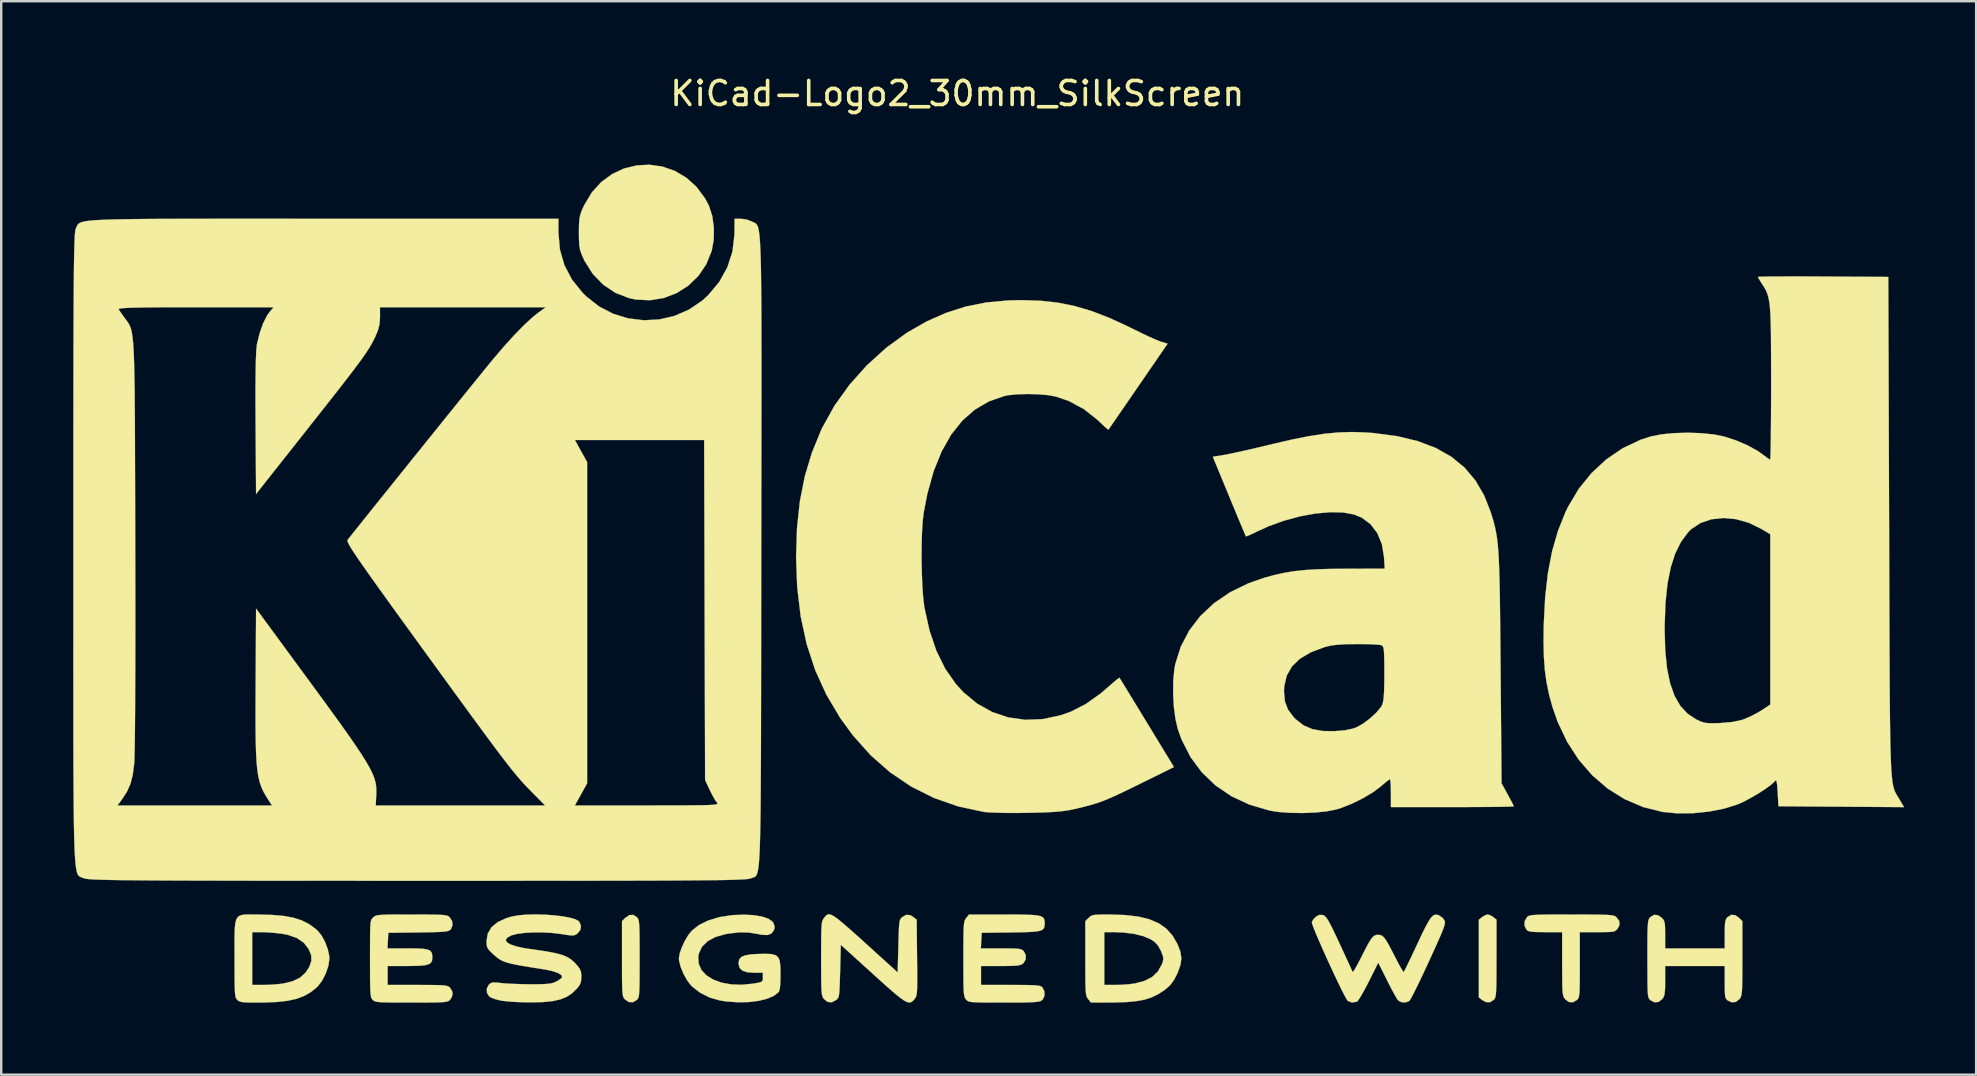
<source format=kicad_pcb>
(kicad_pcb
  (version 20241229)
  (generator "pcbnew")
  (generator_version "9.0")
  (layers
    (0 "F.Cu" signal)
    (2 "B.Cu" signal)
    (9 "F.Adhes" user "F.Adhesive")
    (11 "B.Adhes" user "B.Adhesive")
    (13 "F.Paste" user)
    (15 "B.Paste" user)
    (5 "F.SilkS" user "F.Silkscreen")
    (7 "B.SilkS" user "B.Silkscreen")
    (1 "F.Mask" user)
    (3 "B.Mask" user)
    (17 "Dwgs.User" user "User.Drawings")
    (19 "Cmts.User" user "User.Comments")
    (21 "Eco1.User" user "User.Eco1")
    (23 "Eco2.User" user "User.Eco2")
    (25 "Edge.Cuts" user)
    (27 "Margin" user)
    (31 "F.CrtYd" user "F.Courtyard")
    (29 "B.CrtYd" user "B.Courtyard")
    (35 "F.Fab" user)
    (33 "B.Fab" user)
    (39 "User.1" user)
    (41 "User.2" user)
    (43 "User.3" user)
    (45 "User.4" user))
  (footprint "KiCad-Logo2_30mm_SilkScreen"
    (layer "F.Cu")
    (at 38.106 18.628)
    (property "Reference" "KiCad-Logo2_30mm_SilkScreen" (at -1.27 -17.78 0) (layer "F.SilkS") (effects (font (size 1 1) (thickness 0.15))))
    (attr exclude_from_pos_files exclude_from_bom allow_missing_courtyard)
    (fp_poly (pts (xy 20.943 16.459) (xy 21.062 16.533) (xy 21.195 16.641) (xy 21.195 18.249) (xy 21.194 18.719) (xy 21.193 19.09) (xy 21.189 19.374) (xy 21.182 19.584) (xy 21.171 19.734) (xy 21.155 19.836) (xy 21.134 19.905) (xy 21.107 19.952) (xy 21.087 19.975) (xy 20.93 20.078) (xy 20.751 20.074) (xy 20.594 19.986) (xy 20.461 19.878) (xy 20.461 16.641) (xy 20.594 16.533) (xy 20.723 16.455) (xy 20.828 16.425) (xy 20.943 16.459)) (stroke (width 0.01) (type solid)) (fill yes) (layer "F.SilkS"))
    (fp_poly (pts (xy -14.619 16.538) (xy -14.586 16.576) (xy -14.56 16.625) (xy -14.541 16.698) (xy -14.527 16.808) (xy -14.517 16.968) (xy -14.511 17.192) (xy -14.508 17.492) (xy -14.506 17.881) (xy -14.506 18.26) (xy -14.507 18.729) (xy -14.508 19.098) (xy -14.512 19.381) (xy -14.519 19.59) (xy -14.529 19.739) (xy -14.544 19.84) (xy -14.565 19.907) (xy -14.593 19.952) (xy -14.619 19.981) (xy -14.784 20.08) (xy -14.96 20.071) (xy -15.117 19.964) (xy -15.153 19.922) (xy -15.182 19.873) (xy -15.203 19.804) (xy -15.218 19.702) (xy -15.229 19.553) (xy -15.235 19.343) (xy -15.239 19.059) (xy -15.24 18.688) (xy -15.24 18.268) (xy -15.24 16.702) (xy -15.101 16.564) (xy -14.931 16.447) (xy -14.765 16.443) (xy -14.619 16.538)) (stroke (width 0.01) (type solid)) (fill yes) (layer "F.SilkS"))
    (fp_poly (pts (xy -13.557 -14.738) (xy -13.044 -14.56) (xy -12.567 -14.28) (xy -12.141 -13.898) (xy -11.781 -13.415) (xy -11.619 -13.11) (xy -11.48 -12.683) (xy -11.412 -12.191) (xy -11.419 -11.684) (xy -11.503 -11.226) (xy -11.73 -10.665) (xy -12.061 -10.179) (xy -12.477 -9.777) (xy -12.961 -9.468) (xy -13.499 -9.262) (xy -14.071 -9.168) (xy -14.662 -9.197) (xy -14.953 -9.259) (xy -15.521 -9.48) (xy -16.025 -9.817) (xy -16.454 -10.26) (xy -16.795 -10.798) (xy -16.823 -10.856) (xy -16.923 -11.077) (xy -16.986 -11.263) (xy -17.02 -11.459) (xy -17.033 -11.71) (xy -17.036 -11.983) (xy -17.032 -12.311) (xy -17.015 -12.549) (xy -16.976 -12.741) (xy -16.906 -12.933) (xy -16.82 -13.122) (xy -16.498 -13.66) (xy -16.103 -14.095) (xy -15.648 -14.428) (xy -15.151 -14.659) (xy -14.626 -14.787) (xy -14.09 -14.814) (xy -13.557 -14.738)) (stroke (width 0.01) (type solid)) (fill yes) (layer "F.SilkS"))
    (fp_poly (pts (xy 24.815 16.426) (xy 25.209 16.428) (xy 25.514 16.432) (xy 25.744 16.438) (xy 25.911 16.448) (xy 26.026 16.463) (xy 26.103 16.481) (xy 26.154 16.506) (xy 26.179 16.524) (xy 26.307 16.687) (xy 26.323 16.856) (xy 26.244 17.009) (xy 26.192 17.07) (xy 26.136 17.112) (xy 26.055 17.138) (xy 25.928 17.152) (xy 25.734 17.158) (xy 25.451 17.159) (xy 25.396 17.159) (xy 24.666 17.159) (xy 24.666 18.514) (xy 24.666 18.941) (xy 24.664 19.269) (xy 24.659 19.514) (xy 24.65 19.689) (xy 24.636 19.809) (xy 24.616 19.888) (xy 24.588 19.941) (xy 24.553 19.981) (xy 24.389 20.081) (xy 24.217 20.073) (xy 24.061 19.96) (xy 24.049 19.945) (xy 24.012 19.892) (xy 23.984 19.83) (xy 23.963 19.744) (xy 23.949 19.619) (xy 23.94 19.439) (xy 23.935 19.19) (xy 23.933 18.857) (xy 23.932 18.478) (xy 23.932 17.159) (xy 23.236 17.159) (xy 22.937 17.157) (xy 22.73 17.149) (xy 22.594 17.133) (xy 22.508 17.105) (xy 22.452 17.063) (xy 22.445 17.056) (xy 22.364 16.89) (xy 22.371 16.702) (xy 22.465 16.538) (xy 22.501 16.506) (xy 22.548 16.481) (xy 22.618 16.462) (xy 22.723 16.448) (xy 22.877 16.438) (xy 23.091 16.431) (xy 23.378 16.427) (xy 23.751 16.426) (xy 24.221 16.425) (xy 24.321 16.425) (xy 24.815 16.426)) (stroke (width 0.01) (type solid)) (fill yes) (layer "F.SilkS"))
    (fp_poly (pts (xy 31.144 16.453) (xy 31.301 16.564) (xy 31.44 16.702) (xy 31.44 18.25) (xy 31.439 18.709) (xy 31.437 19.069) (xy 31.433 19.344) (xy 31.426 19.547) (xy 31.415 19.692) (xy 31.398 19.792) (xy 31.376 19.862) (xy 31.346 19.914) (xy 31.323 19.945) (xy 31.169 20.068) (xy 30.992 20.082) (xy 30.831 20.006) (xy 30.778 19.962) (xy 30.742 19.903) (xy 30.721 19.808) (xy 30.71 19.655) (xy 30.706 19.423) (xy 30.706 19.244) (xy 30.706 18.57) (xy 28.222 18.57) (xy 28.222 19.183) (xy 28.22 19.464) (xy 28.209 19.657) (xy 28.188 19.787) (xy 28.15 19.879) (xy 28.105 19.945) (xy 27.951 20.068) (xy 27.776 20.083) (xy 27.609 19.995) (xy 27.563 19.95) (xy 27.531 19.889) (xy 27.509 19.795) (xy 27.497 19.648) (xy 27.49 19.43) (xy 27.487 19.121) (xy 27.487 19.05) (xy 27.484 18.468) (xy 27.483 17.989) (xy 27.484 17.601) (xy 27.486 17.294) (xy 27.491 17.058) (xy 27.5 16.883) (xy 27.511 16.756) (xy 27.527 16.669) (xy 27.548 16.61) (xy 27.573 16.569) (xy 27.601 16.538) (xy 27.761 16.439) (xy 27.927 16.453) (xy 28.084 16.564) (xy 28.147 16.636) (xy 28.188 16.715) (xy 28.21 16.828) (xy 28.22 17) (xy 28.222 17.259) (xy 28.222 17.269) (xy 28.222 17.836) (xy 30.706 17.836) (xy 30.706 17.244) (xy 30.708 16.971) (xy 30.718 16.786) (xy 30.74 16.667) (xy 30.777 16.587) (xy 30.819 16.538) (xy 30.978 16.439) (xy 31.144 16.453)) (stroke (width 0.01) (type solid)) (fill yes) (layer "F.SilkS"))
    (fp_poly (pts (xy 5.092 16.426) (xy 5.736 16.448) (xy 6.285 16.514) (xy 6.746 16.629) (xy 7.129 16.795) (xy 7.443 17.018) (xy 7.696 17.301) (xy 7.898 17.648) (xy 7.902 17.657) (xy 8.023 17.967) (xy 8.066 18.243) (xy 8.031 18.519) (xy 7.918 18.835) (xy 7.897 18.883) (xy 7.751 19.165) (xy 7.587 19.382) (xy 7.375 19.567) (xy 7.086 19.751) (xy 7.069 19.76) (xy 6.818 19.881) (xy 6.533 19.971) (xy 6.198 20.034) (xy 5.793 20.073) (xy 5.3 20.09) (xy 5.126 20.091) (xy 4.298 20.094) (xy 4.181 19.945) (xy 4.146 19.897) (xy 4.119 19.839) (xy 4.099 19.76) (xy 4.084 19.646) (xy 4.074 19.482) (xy 4.071 19.36) (xy 4.854 19.36) (xy 5.324 19.36) (xy 5.598 19.352) (xy 5.88 19.331) (xy 6.112 19.301) (xy 6.126 19.299) (xy 6.537 19.189) (xy 6.856 19.023) (xy 7.092 18.794) (xy 7.257 18.495) (xy 7.286 18.415) (xy 7.314 18.292) (xy 7.301 18.17) (xy 7.242 18.007) (xy 7.207 17.927) (xy 7.09 17.715) (xy 6.949 17.566) (xy 6.795 17.463) (xy 6.485 17.328) (xy 6.088 17.23) (xy 5.626 17.174) (xy 5.292 17.161) (xy 4.854 17.159) (xy 4.854 19.36) (xy 4.071 19.36) (xy 4.068 19.255) (xy 4.065 18.952) (xy 4.064 18.558) (xy 4.064 18.25) (xy 4.064 16.702) (xy 4.203 16.564) (xy 4.264 16.508) (xy 4.331 16.469) (xy 4.423 16.445) (xy 4.564 16.432) (xy 4.774 16.427) (xy 5.074 16.426) (xy 5.092 16.426)) (stroke (width 0.01) (type solid)) (fill yes) (layer "F.SilkS"))
    (fp_poly (pts (xy -30.607 16.425) (xy -30.409 16.427) (xy -29.831 16.441) (xy -29.347 16.483) (xy -28.94 16.556) (xy -28.594 16.666) (xy -28.292 16.817) (xy -28.019 17.013) (xy -27.921 17.098) (xy -27.759 17.297) (xy -27.613 17.567) (xy -27.5 17.867) (xy -27.438 18.154) (xy -27.432 18.26) (xy -27.472 18.554) (xy -27.579 18.875) (xy -27.735 19.179) (xy -27.919 19.422) (xy -27.949 19.451) (xy -28.203 19.657) (xy -28.481 19.817) (xy -28.798 19.937) (xy -29.172 20.02) (xy -29.619 20.07) (xy -30.153 20.092) (xy -30.398 20.094) (xy -30.709 20.093) (xy -30.928 20.086) (xy -31.075 20.073) (xy -31.17 20.049) (xy -31.235 20.013) (xy -31.27 19.981) (xy -31.303 19.943) (xy -31.329 19.895) (xy -31.349 19.822) (xy -31.363 19.712) (xy -31.372 19.551) (xy -31.378 19.328) (xy -31.382 19.028) (xy -31.383 18.638) (xy -31.383 18.26) (xy -31.384 17.755) (xy -31.384 17.352) (xy -31.379 17.159) (xy -30.649 17.159) (xy -30.649 19.36) (xy -30.184 19.36) (xy -29.903 19.352) (xy -29.61 19.331) (xy -29.365 19.302) (xy -29.358 19.301) (xy -28.962 19.205) (xy -28.655 19.056) (xy -28.422 18.844) (xy -28.273 18.615) (xy -28.182 18.36) (xy -28.189 18.121) (xy -28.295 17.865) (xy -28.502 17.599) (xy -28.79 17.403) (xy -29.164 17.272) (xy -29.414 17.225) (xy -29.697 17.193) (xy -29.998 17.169) (xy -30.253 17.159) (xy -30.268 17.159) (xy -30.649 17.159) (xy -31.379 17.159) (xy -31.376 17.039) (xy -31.355 16.805) (xy -31.314 16.639) (xy -31.248 16.529) (xy -31.15 16.464) (xy -31.014 16.432) (xy -30.835 16.423) (xy -30.607 16.425)) (stroke (width 0.01) (type solid)) (fill yes) (layer "F.SilkS"))
    (fp_poly (pts (xy -6.501 16.447) (xy -6.383 16.516) (xy -6.229 16.629) (xy -6.03 16.792) (xy -5.78 17.009) (xy -5.469 17.285) (xy -5.09 17.627) (xy -4.657 18.02) (xy -3.754 18.839) (xy -3.725 17.74) (xy -3.715 17.362) (xy -3.705 17.08) (xy -3.694 16.879) (xy -3.678 16.741) (xy -3.656 16.652) (xy -3.626 16.594) (xy -3.585 16.551) (xy -3.564 16.533) (xy -3.391 16.438) (xy -3.227 16.452) (xy -3.097 16.533) (xy -2.963 16.641) (xy -2.947 18.216) (xy -2.942 18.679) (xy -2.94 19.043) (xy -2.941 19.321) (xy -2.945 19.527) (xy -2.954 19.674) (xy -2.969 19.776) (xy -2.99 19.847) (xy -3.018 19.9) (xy -3.05 19.942) (xy -3.117 20.021) (xy -3.184 20.073) (xy -3.261 20.093) (xy -3.355 20.075) (xy -3.477 20.014) (xy -3.636 19.904) (xy -3.842 19.74) (xy -4.103 19.515) (xy -4.429 19.224) (xy -4.798 18.89) (xy -6.124 17.687) (xy -6.152 18.783) (xy -6.163 19.161) (xy -6.173 19.442) (xy -6.184 19.643) (xy -6.2 19.779) (xy -6.222 19.869) (xy -6.252 19.926) (xy -6.293 19.969) (xy -6.314 19.986) (xy -6.499 20.082) (xy -6.674 20.067) (xy -6.826 19.945) (xy -6.86 19.896) (xy -6.888 19.839) (xy -6.908 19.76) (xy -6.923 19.645) (xy -6.932 19.48) (xy -6.938 19.253) (xy -6.941 18.948) (xy -6.943 18.552) (xy -6.943 18.26) (xy -6.942 17.802) (xy -6.941 17.443) (xy -6.937 17.17) (xy -6.929 16.969) (xy -6.918 16.825) (xy -6.901 16.725) (xy -6.878 16.656) (xy -6.848 16.604) (xy -6.826 16.574) (xy -6.769 16.503) (xy -6.717 16.45) (xy -6.659 16.419) (xy -6.59 16.417) (xy -6.501 16.447)) (stroke (width 0.01) (type solid)) (fill yes) (layer "F.SilkS"))
    (fp_poly (pts (xy -9.75 16.453) (xy -9.408 16.51) (xy -9.145 16.6) (xy -8.974 16.717) (xy -8.927 16.785) (xy -8.879 16.941) (xy -8.911 17.082) (xy -9.012 17.216) (xy -9.169 17.279) (xy -9.396 17.273) (xy -9.572 17.24) (xy -9.962 17.175) (xy -10.361 17.169) (xy -10.808 17.221) (xy -10.931 17.243) (xy -11.346 17.361) (xy -11.671 17.535) (xy -11.902 17.763) (xy -12.036 18.042) (xy -12.063 18.187) (xy -12.045 18.48) (xy -11.929 18.739) (xy -11.724 18.96) (xy -11.442 19.136) (xy -11.094 19.264) (xy -10.689 19.338) (xy -10.239 19.352) (xy -9.755 19.303) (xy -9.727 19.298) (xy -9.534 19.262) (xy -9.427 19.228) (xy -9.381 19.176) (xy -9.37 19.09) (xy -9.37 19.044) (xy -9.37 18.852) (xy -9.712 18.852) (xy -10.014 18.832) (xy -10.221 18.766) (xy -10.341 18.649) (xy -10.384 18.475) (xy -10.385 18.452) (xy -10.359 18.303) (xy -10.272 18.197) (xy -10.11 18.127) (xy -9.859 18.086) (xy -9.616 18.071) (xy -9.262 18.062) (xy -9.006 18.075) (xy -8.831 18.124) (xy -8.722 18.222) (xy -8.664 18.382) (xy -8.64 18.619) (xy -8.636 18.93) (xy -8.643 19.278) (xy -8.664 19.514) (xy -8.7 19.64) (xy -8.707 19.65) (xy -8.901 19.808) (xy -9.186 19.932) (xy -9.544 20.022) (xy -9.957 20.073) (xy -10.406 20.083) (xy -10.873 20.05) (xy -11.148 20.01) (xy -11.579 19.888) (xy -11.979 19.688) (xy -12.315 19.429) (xy -12.366 19.378) (xy -12.532 19.16) (xy -12.681 18.891) (xy -12.797 18.608) (xy -12.861 18.351) (xy -12.869 18.253) (xy -12.836 18.047) (xy -12.748 17.791) (xy -12.621 17.522) (xy -12.474 17.276) (xy -12.344 17.112) (xy -12.039 16.867) (xy -11.645 16.673) (xy -11.176 16.532) (xy -10.646 16.451) (xy -10.16 16.431) (xy -9.75 16.453)) (stroke (width 0.01) (type solid)) (fill yes) (layer "F.SilkS"))
    (fp_poly (pts (xy 1.152 16.426) (xy 1.534 16.431) (xy 1.826 16.442) (xy 2.041 16.461) (xy 2.191 16.491) (xy 2.287 16.535) (xy 2.341 16.596) (xy 2.365 16.675) (xy 2.371 16.775) (xy 2.371 16.787) (xy 2.366 16.9) (xy 2.342 16.988) (xy 2.287 17.053) (xy 2.187 17.1) (xy 2.029 17.131) (xy 1.801 17.151) (xy 1.49 17.163) (xy 1.081 17.17) (xy 0.956 17.172) (xy -0.254 17.187) (xy -0.271 17.512) (xy -0.288 17.836) (xy 0.553 17.836) (xy 0.881 17.838) (xy 1.116 17.843) (xy 1.275 17.854) (xy 1.379 17.874) (xy 1.445 17.904) (xy 1.494 17.947) (xy 1.494 17.947) (xy 1.582 18.116) (xy 1.579 18.297) (xy 1.487 18.452) (xy 1.468 18.468) (xy 1.404 18.509) (xy 1.315 18.538) (xy 1.183 18.556) (xy 0.987 18.566) (xy 0.708 18.57) (xy 0.53 18.57) (xy -0.282 18.57) (xy -0.282 19.36) (xy 0.951 19.36) (xy 1.358 19.361) (xy 1.667 19.364) (xy 1.893 19.37) (xy 2.051 19.381) (xy 2.156 19.398) (xy 2.223 19.421) (xy 2.266 19.452) (xy 2.277 19.464) (xy 2.358 19.621) (xy 2.364 19.801) (xy 2.298 19.956) (xy 2.245 20.006) (xy 2.191 20.034) (xy 2.106 20.055) (xy 1.978 20.071) (xy 1.794 20.082) (xy 1.539 20.089) (xy 1.2 20.093) (xy 0.765 20.094) (xy 0.667 20.094) (xy 0.225 20.094) (xy -0.119 20.092) (xy -0.377 20.088) (xy -0.564 20.081) (xy -0.694 20.069) (xy -0.78 20.051) (xy -0.837 20.026) (xy -0.878 19.994) (xy -0.901 19.971) (xy -0.935 19.929) (xy -0.961 19.878) (xy -0.981 19.804) (xy -0.996 19.693) (xy -1.006 19.532) (xy -1.012 19.307) (xy -1.015 19.006) (xy -1.016 18.615) (xy -1.016 18.285) (xy -1.016 17.823) (xy -1.014 17.461) (xy -1.01 17.184) (xy -1.003 16.979) (xy -0.992 16.832) (xy -0.975 16.731) (xy -0.953 16.66) (xy -0.924 16.607) (xy -0.899 16.574) (xy -0.782 16.425) (xy 0.669 16.425) (xy 1.152 16.426)) (stroke (width 0.01) (type solid)) (fill yes) (layer "F.SilkS"))
    (fp_poly (pts (xy -23.564 16.426) (xy -23.217 16.428) (xy -22.955 16.432) (xy -22.764 16.44) (xy -22.631 16.452) (xy -22.541 16.47) (xy -22.48 16.494) (xy -22.435 16.526) (xy -22.419 16.54) (xy -22.32 16.696) (xy -22.302 16.874) (xy -22.367 17.033) (xy -22.398 17.065) (xy -22.446 17.096) (xy -22.525 17.12) (xy -22.647 17.138) (xy -22.828 17.151) (xy -23.083 17.16) (xy -23.425 17.168) (xy -23.738 17.172) (xy -24.977 17.187) (xy -24.994 17.512) (xy -25.011 17.836) (xy -24.17 17.836) (xy -23.805 17.84) (xy -23.538 17.853) (xy -23.353 17.882) (xy -23.236 17.932) (xy -23.172 18.008) (xy -23.146 18.117) (xy -23.142 18.219) (xy -23.155 18.343) (xy -23.201 18.435) (xy -23.297 18.498) (xy -23.456 18.539) (xy -23.692 18.561) (xy -24.02 18.569) (xy -24.199 18.57) (xy -25.005 18.57) (xy -25.005 19.36) (xy -23.763 19.36) (xy -23.356 19.361) (xy -23.047 19.364) (xy -22.82 19.369) (xy -22.66 19.38) (xy -22.553 19.396) (xy -22.482 19.419) (xy -22.433 19.45) (xy -22.408 19.473) (xy -22.323 19.608) (xy -22.296 19.727) (xy -22.335 19.873) (xy -22.408 19.981) (xy -22.448 20.015) (xy -22.498 20.042) (xy -22.574 20.061) (xy -22.689 20.076) (xy -22.856 20.085) (xy -23.088 20.09) (xy -23.401 20.093) (xy -23.807 20.094) (xy -24.017 20.094) (xy -24.468 20.094) (xy -24.82 20.092) (xy -25.086 20.088) (xy -25.28 20.08) (xy -25.415 20.068) (xy -25.506 20.051) (xy -25.566 20.028) (xy -25.609 19.997) (xy -25.626 19.981) (xy -25.659 19.943) (xy -25.685 19.894) (xy -25.704 19.821) (xy -25.718 19.711) (xy -25.728 19.55) (xy -25.734 19.326) (xy -25.737 19.024) (xy -25.738 18.634) (xy -25.739 18.27) (xy -25.738 17.804) (xy -25.737 17.437) (xy -25.734 17.157) (xy -25.728 16.951) (xy -25.718 16.804) (xy -25.703 16.705) (xy -25.681 16.639) (xy -25.653 16.594) (xy -25.617 16.556) (xy -25.608 16.548) (xy -25.565 16.511) (xy -25.514 16.482) (xy -25.443 16.461) (xy -25.337 16.445) (xy -25.182 16.435) (xy -24.964 16.429) (xy -24.669 16.426) (xy -24.284 16.425) (xy -24.01 16.425) (xy -23.564 16.426)) (stroke (width 0.01) (type solid)) (fill yes) (layer "F.SilkS"))
    (fp_poly (pts (xy 18.723 16.435) (xy 18.821 16.47) (xy 18.825 16.472) (xy 18.958 16.573) (xy 19.031 16.678) (xy 19.046 16.727) (xy 19.045 16.792) (xy 19.025 16.884) (xy 18.981 17.016) (xy 18.908 17.199) (xy 18.803 17.443) (xy 18.661 17.762) (xy 18.477 18.165) (xy 18.376 18.386) (xy 18.193 18.78) (xy 18.022 19.142) (xy 17.868 19.459) (xy 17.738 19.719) (xy 17.64 19.906) (xy 17.578 20.009) (xy 17.566 20.024) (xy 17.411 20.087) (xy 17.236 20.078) (xy 17.095 20.002) (xy 17.089 19.995) (xy 17.033 19.911) (xy 16.94 19.746) (xy 16.819 19.522) (xy 16.684 19.26) (xy 16.636 19.164) (xy 16.27 18.431) (xy 15.871 19.227) (xy 15.729 19.502) (xy 15.597 19.741) (xy 15.486 19.924) (xy 15.407 20.035) (xy 15.38 20.059) (xy 15.171 20.091) (xy 14.999 20.024) (xy 14.949 19.952) (xy 14.861 19.793) (xy 14.744 19.563) (xy 14.604 19.276) (xy 14.448 18.949) (xy 14.284 18.598) (xy 14.119 18.236) (xy 13.959 17.882) (xy 13.813 17.549) (xy 13.687 17.254) (xy 13.588 17.012) (xy 13.524 16.84) (xy 13.501 16.751) (xy 13.501 16.748) (xy 13.557 16.637) (xy 13.667 16.524) (xy 13.674 16.519) (xy 13.809 16.442) (xy 13.935 16.443) (xy 13.982 16.457) (xy 14.039 16.489) (xy 14.1 16.55) (xy 14.172 16.655) (xy 14.262 16.815) (xy 14.377 17.043) (xy 14.525 17.353) (xy 14.659 17.639) (xy 14.812 17.971) (xy 14.95 18.269) (xy 15.065 18.519) (xy 15.149 18.703) (xy 15.196 18.808) (xy 15.203 18.824) (xy 15.233 18.797) (xy 15.304 18.686) (xy 15.405 18.505) (xy 15.528 18.271) (xy 15.576 18.175) (xy 15.741 17.85) (xy 15.868 17.613) (xy 15.968 17.451) (xy 16.051 17.35) (xy 16.128 17.295) (xy 16.208 17.274) (xy 16.261 17.272) (xy 16.353 17.28) (xy 16.435 17.314) (xy 16.515 17.388) (xy 16.606 17.515) (xy 16.719 17.71) (xy 16.863 17.987) (xy 16.943 18.145) (xy 17.073 18.395) (xy 17.186 18.604) (xy 17.272 18.751) (xy 17.322 18.821) (xy 17.329 18.824) (xy 17.361 18.769) (xy 17.434 18.626) (xy 17.539 18.411) (xy 17.669 18.138) (xy 17.818 17.822) (xy 17.891 17.665) (xy 18.081 17.26) (xy 18.235 16.949) (xy 18.359 16.72) (xy 18.462 16.565) (xy 18.551 16.472) (xy 18.636 16.433) (xy 18.723 16.435)) (stroke (width 0.01) (type solid)) (fill yes) (layer "F.SilkS"))
    (fp_poly (pts (xy -18.459 16.432) (xy -18.084 16.458) (xy -17.737 16.499) (xy -17.435 16.553) (xy -17.2 16.618) (xy -17.052 16.694) (xy -17.029 16.716) (xy -16.95 16.889) (xy -16.974 17.067) (xy -17.097 17.219) (xy -17.103 17.223) (xy -17.175 17.27) (xy -17.25 17.294) (xy -17.355 17.297) (xy -17.516 17.279) (xy -17.76 17.241) (xy -17.78 17.238) (xy -18.144 17.193) (xy -18.536 17.171) (xy -18.93 17.171) (xy -19.297 17.191) (xy -19.61 17.232) (xy -19.842 17.293) (xy -19.857 17.299) (xy -20.025 17.393) (xy -20.084 17.488) (xy -20.038 17.582) (xy -19.89 17.672) (xy -19.645 17.754) (xy -19.305 17.827) (xy -19.078 17.862) (xy -18.607 17.929) (xy -18.233 17.991) (xy -17.939 18.052) (xy -17.709 18.118) (xy -17.528 18.195) (xy -17.379 18.286) (xy -17.247 18.399) (xy -17.141 18.51) (xy -17.015 18.664) (xy -16.953 18.797) (xy -16.934 18.96) (xy -16.933 19.02) (xy -16.948 19.219) (xy -17.006 19.366) (xy -17.107 19.497) (xy -17.311 19.698) (xy -17.539 19.851) (xy -17.808 19.961) (xy -18.133 20.034) (xy -18.534 20.074) (xy -19.025 20.086) (xy -19.106 20.086) (xy -19.434 20.079) (xy -19.759 20.064) (xy -20.046 20.042) (xy -20.26 20.016) (xy -20.277 20.013) (xy -20.489 19.962) (xy -20.669 19.899) (xy -20.771 19.841) (xy -20.866 19.688) (xy -20.872 19.51) (xy -20.79 19.351) (xy -20.772 19.333) (xy -20.697 19.279) (xy -20.602 19.256) (xy -20.456 19.26) (xy -20.278 19.281) (xy -20.08 19.299) (xy -19.802 19.314) (xy -19.477 19.325) (xy -19.139 19.331) (xy -19.05 19.331) (xy -18.711 19.33) (xy -18.462 19.323) (xy -18.283 19.309) (xy -18.151 19.285) (xy -18.045 19.249) (xy -17.981 19.219) (xy -17.84 19.136) (xy -17.75 19.061) (xy -17.737 19.039) (xy -17.765 18.951) (xy -17.896 18.866) (xy -18.122 18.787) (xy -18.434 18.719) (xy -18.526 18.704) (xy -19.005 18.629) (xy -19.388 18.566) (xy -19.689 18.511) (xy -19.922 18.459) (xy -20.103 18.405) (xy -20.246 18.346) (xy -20.366 18.276) (xy -20.478 18.191) (xy -20.597 18.087) (xy -20.637 18.05) (xy -20.777 17.913) (xy -20.851 17.805) (xy -20.88 17.681) (xy -20.884 17.525) (xy -20.833 17.219) (xy -20.679 16.958) (xy -20.423 16.745) (xy -20.066 16.579) (xy -19.812 16.505) (xy -19.535 16.457) (xy -19.204 16.43) (xy -18.839 16.422) (xy -18.459 16.432)) (stroke (width 0.01) (type solid)) (fill yes) (layer "F.SilkS"))
    (fp_poly (pts (xy 2.188 -9.148) (xy 2.924 -9.067) (xy 3.638 -8.923) (xy 4.357 -8.708) (xy 5.111 -8.414) (xy 5.93 -8.033) (xy 6.078 -7.959) (xy 6.416 -7.793) (xy 6.735 -7.643) (xy 7.003 -7.524) (xy 7.189 -7.45) (xy 7.218 -7.44) (xy 7.492 -7.358) (xy 6.265 -5.574) (xy 5.966 -5.138) (xy 5.691 -4.739) (xy 5.452 -4.392) (xy 5.257 -4.11) (xy 5.116 -3.905) (xy 5.038 -3.793) (xy 5.026 -3.775) (xy 4.974 -3.812) (xy 4.847 -3.924) (xy 4.668 -4.091) (xy 4.569 -4.185) (xy 4.007 -4.631) (xy 3.377 -4.97) (xy 2.834 -5.156) (xy 2.508 -5.215) (xy 2.099 -5.25) (xy 1.657 -5.262) (xy 1.228 -5.25) (xy 0.861 -5.213) (xy 0.715 -5.185) (xy 0.055 -4.958) (xy -0.539 -4.612) (xy -1.068 -4.146) (xy -1.53 -3.563) (xy -1.927 -2.861) (xy -2.256 -2.043) (xy -2.517 -1.108) (xy -2.673 -0.307) (xy -2.713 0.046) (xy -2.741 0.503) (xy -2.756 1.029) (xy -2.759 1.594) (xy -2.749 2.163) (xy -2.728 2.703) (xy -2.695 3.184) (xy -2.65 3.57) (xy -2.641 3.629) (xy -2.429 4.59) (xy -2.141 5.439) (xy -1.775 6.183) (xy -1.328 6.823) (xy -1.011 7.169) (xy -0.441 7.64) (xy 0.184 7.988) (xy 0.853 8.213) (xy 1.557 8.312) (xy 2.284 8.285) (xy 3.023 8.128) (xy 3.461 7.974) (xy 4.066 7.666) (xy 4.69 7.225) (xy 5.04 6.926) (xy 5.236 6.753) (xy 5.39 6.626) (xy 5.478 6.565) (xy 5.489 6.563) (xy 5.528 6.626) (xy 5.629 6.791) (xy 5.784 7.044) (xy 5.985 7.372) (xy 6.221 7.76) (xy 6.485 8.193) (xy 6.633 8.435) (xy 7.756 10.281) (xy 6.353 10.974) (xy 5.846 11.223) (xy 5.435 11.419) (xy 5.095 11.573) (xy 4.802 11.693) (xy 4.529 11.79) (xy 4.252 11.873) (xy 3.946 11.953) (xy 3.653 12.022) (xy 3.392 12.076) (xy 3.12 12.117) (xy 2.808 12.147) (xy 2.429 12.168) (xy 1.957 12.183) (xy 1.639 12.189) (xy 1.185 12.194) (xy 0.749 12.192) (xy 0.361 12.183) (xy 0.049 12.17) (xy -0.157 12.152) (xy -0.169 12.15) (xy -1.242 11.918) (xy -2.249 11.566) (xy -3.19 11.095) (xy -4.066 10.504) (xy -4.875 9.794) (xy -5.617 8.965) (xy -6.154 8.228) (xy -6.726 7.263) (xy -7.189 6.245) (xy -7.544 5.164) (xy -7.794 4.013) (xy -7.941 2.783) (xy -7.987 1.534) (xy -7.949 0.327) (xy -7.83 -0.788) (xy -7.625 -1.828) (xy -7.33 -2.812) (xy -6.943 -3.759) (xy -6.897 -3.857) (xy -6.387 -4.774) (xy -5.761 -5.647) (xy -5.037 -6.457) (xy -4.232 -7.187) (xy -3.364 -7.818) (xy -2.555 -8.281) (xy -1.738 -8.643) (xy -0.919 -8.906) (xy -0.066 -9.076) (xy 0.851 -9.16) (xy 1.4 -9.173) (xy 2.188 -9.148)) (stroke (width 0.01) (type solid)) (fill yes) (layer "F.SilkS"))
    (fp_poly (pts (xy 34.027 -10.161) (xy 34.608 -10.159) (xy 34.806 -10.157) (xy 37.52 -10.14) (xy 37.554 0.273) (xy 37.558 1.685) (xy 37.562 2.967) (xy 37.566 4.126) (xy 37.57 5.168) (xy 37.574 6.1) (xy 37.578 6.929) (xy 37.584 7.661) (xy 37.59 8.303) (xy 37.598 8.861) (xy 37.607 9.342) (xy 37.618 9.753) (xy 37.631 10.101) (xy 37.646 10.392) (xy 37.664 10.632) (xy 37.685 10.828) (xy 37.709 10.988) (xy 37.736 11.117) (xy 37.766 11.222) (xy 37.801 11.31) (xy 37.84 11.388) (xy 37.883 11.462) (xy 37.931 11.538) (xy 37.983 11.624) (xy 37.994 11.642) (xy 38.175 11.951) (xy 35.56 11.933) (xy 32.945 11.915) (xy 32.911 11.34) (xy 32.892 11.065) (xy 32.873 10.905) (xy 32.847 10.842) (xy 32.807 10.855) (xy 32.774 10.891) (xy 32.63 11.024) (xy 32.396 11.195) (xy 32.105 11.383) (xy 31.788 11.568) (xy 31.481 11.73) (xy 31.244 11.836) (xy 30.691 12.011) (xy 30.056 12.136) (xy 29.386 12.204) (xy 28.728 12.211) (xy 28.129 12.154) (xy 28.12 12.152) (xy 27.301 11.947) (xy 26.534 11.619) (xy 25.827 11.177) (xy 25.187 10.627) (xy 24.622 9.976) (xy 24.139 9.231) (xy 23.745 8.4) (xy 23.53 7.784) (xy 23.388 7.269) (xy 23.284 6.77) (xy 23.212 6.257) (xy 23.171 5.699) (xy 23.156 5.068) (xy 23.162 4.552) (xy 28.201 4.552) (xy 28.225 5.417) (xy 28.3 6.161) (xy 28.429 6.791) (xy 28.614 7.314) (xy 28.857 7.735) (xy 29.161 8.062) (xy 29.511 8.293) (xy 29.694 8.38) (xy 29.852 8.432) (xy 30.029 8.455) (xy 30.266 8.457) (xy 30.521 8.448) (xy 31.023 8.404) (xy 31.42 8.317) (xy 31.545 8.274) (xy 31.83 8.145) (xy 32.131 7.984) (xy 32.262 7.903) (xy 32.603 7.68) (xy 32.603 0.582) (xy 32.228 0.357) (xy 31.704 0.102) (xy 31.169 -0.048) (xy 30.642 -0.096) (xy 30.143 -0.041) (xy 29.691 0.115) (xy 29.307 0.372) (xy 29.182 0.495) (xy 28.883 0.898) (xy 28.641 1.386) (xy 28.454 1.968) (xy 28.319 2.651) (xy 28.236 3.444) (xy 28.202 4.355) (xy 28.201 4.552) (xy 23.162 4.552) (xy 23.165 4.337) (xy 23.223 3.213) (xy 23.338 2.199) (xy 23.515 1.281) (xy 23.757 0.443) (xy 24.065 -0.329) (xy 24.175 -0.558) (xy 24.619 -1.304) (xy 25.155 -1.967) (xy 25.771 -2.537) (xy 26.454 -3.002) (xy 27.191 -3.352) (xy 27.634 -3.496) (xy 28.068 -3.581) (xy 28.591 -3.632) (xy 29.158 -3.649) (xy 29.725 -3.63) (xy 30.25 -3.577) (xy 30.671 -3.494) (xy 31.172 -3.331) (xy 31.658 -3.122) (xy 32.083 -2.887) (xy 32.309 -2.727) (xy 32.465 -2.609) (xy 32.575 -2.537) (xy 32.599 -2.526) (xy 32.607 -2.592) (xy 32.614 -2.782) (xy 32.621 -3.081) (xy 32.627 -3.476) (xy 32.631 -3.955) (xy 32.635 -4.504) (xy 32.637 -5.108) (xy 32.638 -5.725) (xy 32.637 -6.514) (xy 32.635 -7.179) (xy 32.631 -7.733) (xy 32.622 -8.189) (xy 32.609 -8.559) (xy 32.589 -8.857) (xy 32.562 -9.094) (xy 32.526 -9.283) (xy 32.481 -9.438) (xy 32.426 -9.571) (xy 32.358 -9.695) (xy 32.277 -9.822) (xy 32.267 -9.837) (xy 32.163 -10.002) (xy 32.1 -10.115) (xy 32.091 -10.139) (xy 32.157 -10.146) (xy 32.345 -10.152) (xy 32.641 -10.157) (xy 33.029 -10.16) (xy 33.496 -10.161) (xy 34.027 -10.161)) (stroke (width 0.01) (type solid)) (fill yes) (layer "F.SilkS"))
    (fp_poly (pts (xy 15.752 -3.659) (xy 16.091 -3.633) (xy 17.059 -3.505) (xy 17.916 -3.299) (xy 18.666 -3.014) (xy 19.315 -2.647) (xy 19.865 -2.195) (xy 20.321 -1.655) (xy 20.687 -1.024) (xy 20.954 -0.341) (xy 21.022 -0.124) (xy 21.081 0.08) (xy 21.132 0.281) (xy 21.176 0.49) (xy 21.213 0.719) (xy 21.244 0.977) (xy 21.27 1.277) (xy 21.291 1.628) (xy 21.308 2.042) (xy 21.322 2.531) (xy 21.334 3.104) (xy 21.343 3.774) (xy 21.352 4.55) (xy 21.36 5.444) (xy 21.366 6.145) (xy 21.406 10.959) (xy 21.662 11.422) (xy 21.783 11.645) (xy 21.873 11.819) (xy 21.916 11.911) (xy 21.918 11.917) (xy 21.852 11.924) (xy 21.665 11.931) (xy 21.37 11.937) (xy 20.985 11.942) (xy 20.522 11.945) (xy 19.997 11.948) (xy 19.425 11.949) (xy 19.357 11.949) (xy 16.797 11.949) (xy 16.797 11.369) (xy 16.792 11.106) (xy 16.781 10.906) (xy 16.764 10.798) (xy 16.757 10.788) (xy 16.689 10.83) (xy 16.549 10.939) (xy 16.368 11.093) (xy 16.364 11.097) (xy 16.033 11.343) (xy 15.615 11.59) (xy 15.158 11.814) (xy 14.708 11.991) (xy 14.509 12.051) (xy 14.115 12.128) (xy 13.631 12.177) (xy 13.102 12.197) (xy 12.572 12.188) (xy 12.085 12.15) (xy 11.744 12.095) (xy 10.909 11.849) (xy 10.157 11.5) (xy 9.493 11.05) (xy 8.922 10.505) (xy 8.449 9.868) (xy 8.079 9.145) (xy 7.92 8.706) (xy 7.82 8.279) (xy 7.753 7.767) (xy 7.723 7.216) (xy 7.724 7.136) (xy 12.342 7.136) (xy 12.38 7.545) (xy 12.507 7.885) (xy 12.743 8.201) (xy 12.834 8.293) (xy 13.155 8.543) (xy 13.527 8.703) (xy 13.973 8.781) (xy 14.442 8.786) (xy 14.887 8.749) (xy 15.228 8.675) (xy 15.376 8.62) (xy 15.642 8.469) (xy 15.925 8.256) (xy 16.183 8.018) (xy 16.375 7.789) (xy 16.426 7.705) (xy 16.466 7.588) (xy 16.494 7.401) (xy 16.513 7.126) (xy 16.522 6.747) (xy 16.524 6.385) (xy 16.522 5.964) (xy 16.517 5.659) (xy 16.506 5.452) (xy 16.487 5.321) (xy 16.458 5.247) (xy 16.417 5.21) (xy 16.404 5.204) (xy 16.294 5.186) (xy 16.077 5.171) (xy 15.781 5.161) (xy 15.438 5.157) (xy 15.363 5.157) (xy 14.903 5.164) (xy 14.549 5.186) (xy 14.266 5.225) (xy 14.034 5.283) (xy 13.456 5.501) (xy 13.002 5.77) (xy 12.67 6.093) (xy 12.455 6.475) (xy 12.352 6.92) (xy 12.342 7.136) (xy 7.724 7.136) (xy 7.729 6.675) (xy 7.776 6.189) (xy 7.812 5.993) (xy 8.042 5.265) (xy 8.392 4.595) (xy 8.855 3.99) (xy 9.424 3.456) (xy 10.094 2.999) (xy 10.857 2.626) (xy 11.505 2.399) (xy 11.939 2.28) (xy 12.353 2.188) (xy 12.776 2.119) (xy 13.233 2.071) (xy 13.752 2.04) (xy 14.36 2.023) (xy 14.91 2.019) (xy 16.539 2.014) (xy 16.508 1.524) (xy 16.419 0.993) (xy 16.231 0.536) (xy 15.95 0.166) (xy 15.586 -0.108) (xy 15.265 -0.241) (xy 14.806 -0.325) (xy 14.258 -0.337) (xy 13.65 -0.282) (xy 13.004 -0.163) (xy 12.348 0.014) (xy 11.708 0.245) (xy 11.242 0.457) (xy 11.018 0.566) (xy 10.847 0.641) (xy 10.76 0.671) (xy 10.756 0.67) (xy 10.726 0.604) (xy 10.651 0.428) (xy 10.538 0.16) (xy 10.394 -0.185) (xy 10.227 -0.588) (xy 10.057 -0.999) (xy 9.377 -2.647) (xy 9.861 -2.726) (xy 10.07 -2.766) (xy 10.385 -2.833) (xy 10.779 -2.921) (xy 11.224 -3.024) (xy 11.694 -3.135) (xy 11.881 -3.181) (xy 12.69 -3.368) (xy 13.398 -3.509) (xy 14.032 -3.606) (xy 14.618 -3.661) (xy 15.183 -3.678) (xy 15.752 -3.659)) (stroke (width 0.01) (type solid)) (fill yes) (layer "F.SilkS"))
    (fp_poly (pts (xy -29.619 -12.564) (xy -28.303 -12.563) (xy -27.691 -12.563) (xy -17.889 -12.563) (xy -17.889 -11.986) (xy -17.828 -11.283) (xy -17.641 -10.634) (xy -17.329 -10.036) (xy -16.889 -9.486) (xy -16.74 -9.337) (xy -16.205 -8.915) (xy -15.614 -8.607) (xy -14.986 -8.414) (xy -14.338 -8.334) (xy -13.688 -8.368) (xy -13.053 -8.516) (xy -12.451 -8.777) (xy -11.899 -9.152) (xy -11.651 -9.377) (xy -11.189 -9.932) (xy -10.851 -10.541) (xy -10.638 -11.198) (xy -10.555 -11.897) (xy -10.554 -11.966) (xy -10.549 -12.563) (xy -10.287 -12.563) (xy -10.054 -12.532) (xy -9.841 -12.455) (xy -9.827 -12.447) (xy -9.779 -12.422) (xy -9.735 -12.403) (xy -9.694 -12.383) (xy -9.658 -12.358) (xy -9.624 -12.321) (xy -9.594 -12.267) (xy -9.567 -12.19) (xy -9.543 -12.085) (xy -9.522 -11.946) (xy -9.504 -11.767) (xy -9.488 -11.543) (xy -9.474 -11.267) (xy -9.463 -10.935) (xy -9.453 -10.541) (xy -9.446 -10.078) (xy -9.44 -9.542) (xy -9.435 -8.927) (xy -9.432 -8.226) (xy -9.431 -7.435) (xy -9.43 -6.548) (xy -9.43 -5.558) (xy -9.431 -4.461) (xy -9.432 -3.251) (xy -9.434 -1.922) (xy -9.436 -0.468) (xy -9.439 1.116) (xy -9.439 1.309) (xy -9.441 2.903) (xy -9.443 4.366) (xy -9.444 5.704) (xy -9.446 6.923) (xy -9.448 8.027) (xy -9.45 9.023) (xy -9.453 9.917) (xy -9.457 10.714) (xy -9.461 11.419) (xy -9.467 12.038) (xy -9.474 12.578) (xy -9.483 13.043) (xy -9.493 13.44) (xy -9.505 13.773) (xy -9.52 14.049) (xy -9.536 14.273) (xy -9.555 14.451) (xy -9.577 14.589) (xy -9.601 14.692) (xy -9.628 14.766) (xy -9.659 14.816) (xy -9.692 14.849) (xy -9.73 14.869) (xy -9.771 14.883) (xy -9.815 14.896) (xy -9.864 14.914) (xy -9.876 14.919) (xy -9.914 14.931) (xy -9.976 14.942) (xy -10.07 14.953) (xy -10.2 14.962) (xy -10.371 14.97) (xy -10.59 14.978) (xy -10.861 14.985) (xy -11.19 14.991) (xy -11.584 14.996) (xy -12.046 15.001) (xy -12.582 15.005) (xy -13.199 15.009) (xy -13.902 15.012) (xy -14.695 15.014) (xy -15.585 15.016) (xy -16.577 15.017) (xy -17.676 15.019) (xy -18.889 15.019) (xy -20.22 15.02) (xy -21.674 15.02) (xy -23.258 15.02) (xy -23.772 15.02) (xy -25.391 15.02) (xy -26.879 15.019) (xy -28.242 15.019) (xy -29.485 15.018) (xy -30.613 15.017) (xy -31.633 15.015) (xy -32.549 15.013) (xy -33.368 15.011) (xy -34.094 15.008) (xy -34.734 15.005) (xy -35.293 15.001) (xy -35.776 14.996) (xy -36.189 14.991) (xy -36.538 14.986) (xy -36.828 14.979) (xy -37.064 14.972) (xy -37.253 14.964) (xy -37.399 14.955) (xy -37.508 14.945) (xy -37.587 14.934) (xy -37.64 14.922) (xy -37.668 14.911) (xy -37.72 14.89) (xy -37.766 14.874) (xy -37.809 14.858) (xy -37.849 14.836) (xy -37.884 14.804) (xy -37.916 14.754) (xy -37.945 14.682) (xy -37.97 14.581) (xy -37.993 14.447) (xy -38.013 14.273) (xy -38.03 14.054) (xy -38.045 13.784) (xy -38.058 13.458) (xy -38.068 13.069) (xy -38.077 12.613) (xy -38.084 12.084) (xy -38.086 11.881) (xy -36.263 11.881) (xy -29.822 11.881) (xy -29.946 11.693) (xy -30.07 11.5) (xy -30.174 11.316) (xy -30.261 11.129) (xy -30.332 10.925) (xy -30.389 10.692) (xy -30.433 10.416) (xy -30.465 10.086) (xy -30.487 9.687) (xy -30.501 9.208) (xy -30.508 8.635) (xy -30.509 7.955) (xy -30.506 7.156) (xy -30.505 6.86) (xy -30.487 3.68) (xy -28.473 6.423) (xy -27.902 7.2) (xy -27.408 7.878) (xy -26.984 8.464) (xy -26.626 8.967) (xy -26.329 9.397) (xy -26.086 9.762) (xy -25.893 10.071) (xy -25.744 10.334) (xy -25.633 10.559) (xy -25.557 10.755) (xy -25.508 10.931) (xy -25.483 11.097) (xy -25.475 11.261) (xy -25.479 11.432) (xy -25.48 11.453) (xy -25.502 11.881) (xy -21.973 11.881) (xy -18.444 11.881) (xy -18.969 11.351) (xy -19.111 11.206) (xy -19.246 11.066) (xy -19.38 10.921) (xy -19.519 10.764) (xy -19.667 10.589) (xy -19.833 10.386) (xy -20.02 10.148) (xy -20.236 9.867) (xy -20.486 9.536) (xy -20.776 9.147) (xy -21.112 8.691) (xy -21.501 8.162) (xy -21.947 7.551) (xy -22.457 6.851) (xy -23.037 6.054) (xy -23.512 5.4) (xy -24.108 4.578) (xy -24.629 3.86) (xy -25.078 3.238) (xy -25.46 2.706) (xy -25.78 2.256) (xy -26.043 1.882) (xy -26.253 1.578) (xy -26.416 1.336) (xy -26.535 1.149) (xy -26.616 1.011) (xy -26.663 0.915) (xy -26.682 0.854) (xy -26.676 0.822) (xy -26.61 0.736) (xy -26.466 0.555) (xy -26.254 0.29) (xy -25.982 -0.05) (xy -25.66 -0.453) (xy -25.294 -0.908) (xy -24.895 -1.405) (xy -24.47 -1.933) (xy -24.029 -2.482) (xy -23.58 -3.039) (xy -23.334 -3.346) (xy -17.204 -3.346) (xy -16.949 -2.885) (xy -16.694 -2.424) (xy -16.694 10.959) (xy -16.949 11.42) (xy -17.204 11.881) (xy -14.19 11.881) (xy -13.471 11.88) (xy -12.877 11.879) (xy -12.396 11.877) (xy -12.018 11.873) (xy -11.731 11.868) (xy -11.524 11.859) (xy -11.385 11.847) (xy -11.304 11.832) (xy -11.267 11.812) (xy -11.265 11.788) (xy -11.286 11.76) (xy -11.286 11.759) (xy -11.373 11.635) (xy -11.487 11.432) (xy -11.587 11.23) (xy -11.778 10.822) (xy -11.798 3.738) (xy -11.817 -3.346) (xy -17.204 -3.346) (xy -23.334 -3.346) (xy -23.132 -3.595) (xy -22.694 -4.14) (xy -22.273 -4.661) (xy -21.88 -5.149) (xy -21.521 -5.592) (xy -21.207 -5.98) (xy -20.946 -6.302) (xy -20.746 -6.548) (xy -20.628 -6.691) (xy -20.172 -7.227) (xy -19.734 -7.71) (xy -19.328 -8.126) (xy -18.97 -8.457) (xy -18.715 -8.66) (xy -18.415 -8.876) (xy -25.325 -8.876) (xy -25.323 -8.471) (xy -25.342 -8.173) (xy -25.415 -7.896) (xy -25.527 -7.634) (xy -25.6 -7.486) (xy -25.679 -7.34) (xy -25.77 -7.185) (xy -25.881 -7.012) (xy -26.019 -6.811) (xy -26.191 -6.572) (xy -26.405 -6.286) (xy -26.667 -5.943) (xy -26.985 -5.533) (xy -27.366 -5.047) (xy -27.817 -4.475) (xy -28.345 -3.806) (xy -28.404 -3.731) (xy -30.487 -1.097) (xy -30.507 -4.014) (xy -30.511 -4.887) (xy -30.51 -5.627) (xy -30.504 -6.235) (xy -30.494 -6.714) (xy -30.478 -7.066) (xy -30.457 -7.294) (xy -30.45 -7.337) (xy -30.339 -7.792) (xy -30.194 -8.203) (xy -30.029 -8.533) (xy -29.929 -8.673) (xy -29.758 -8.876) (xy -33.011 -8.876) (xy -33.787 -8.876) (xy -34.436 -8.874) (xy -34.968 -8.87) (xy -35.391 -8.864) (xy -35.715 -8.856) (xy -35.95 -8.845) (xy -36.106 -8.831) (xy -36.191 -8.815) (xy -36.215 -8.795) (xy -36.213 -8.791) (xy -36.144 -8.687) (xy -36.029 -8.522) (xy -35.969 -8.438) (xy -35.908 -8.355) (xy -35.852 -8.281) (xy -35.803 -8.208) (xy -35.759 -8.129) (xy -35.72 -8.037) (xy -35.686 -7.924) (xy -35.657 -7.784) (xy -35.632 -7.608) (xy -35.61 -7.39) (xy -35.592 -7.122) (xy -35.577 -6.797) (xy -35.565 -6.408) (xy -35.555 -5.947) (xy -35.547 -5.406) (xy -35.541 -4.779) (xy -35.536 -4.058) (xy -35.533 -3.236) (xy -35.53 -2.306) (xy -35.527 -1.26) (xy -35.524 -0.091) (xy -35.521 0.983) (xy -35.519 2.181) (xy -35.517 3.323) (xy -35.517 4.404) (xy -35.518 5.414) (xy -35.52 6.348) (xy -35.524 7.198) (xy -35.528 7.956) (xy -35.533 8.615) (xy -35.539 9.169) (xy -35.546 9.609) (xy -35.554 9.928) (xy -35.563 10.12) (xy -35.564 10.14) (xy -35.625 10.604) (xy -35.719 10.977) (xy -35.863 11.302) (xy -36.071 11.624) (xy -36.097 11.659) (xy -36.263 11.881) (xy -38.086 11.881) (xy -38.089 11.475) (xy -38.094 10.782) (xy -38.097 9.999) (xy -38.099 9.119) (xy -38.1 8.138) (xy -38.1 7.05) (xy -38.101 5.848) (xy -38.1 4.529) (xy -38.1 3.085) (xy -38.1 1.511) (xy -38.1 1.198) (xy -38.1 -0.392) (xy -38.1 -1.852) (xy -38.099 -3.186) (xy -38.098 -4.4) (xy -38.097 -5.5) (xy -38.095 -6.492) (xy -38.094 -7.381) (xy -38.091 -8.172) (xy -38.088 -8.872) (xy -38.085 -9.486) (xy -38.08 -10.019) (xy -38.076 -10.477) (xy -38.07 -10.866) (xy -38.064 -11.191) (xy -38.057 -11.458) (xy -38.049 -11.673) (xy -38.041 -11.841) (xy -38.031 -11.967) (xy -38.021 -12.058) (xy -38.009 -12.119) (xy -37.997 -12.155) (xy -37.996 -12.156) (xy -37.971 -12.211) (xy -37.949 -12.262) (xy -37.926 -12.307) (xy -37.893 -12.347) (xy -37.845 -12.383) (xy -37.775 -12.415) (xy -37.677 -12.443) (xy -37.543 -12.467) (xy -37.368 -12.488) (xy -37.144 -12.505) (xy -36.866 -12.52) (xy -36.526 -12.532) (xy -36.118 -12.541) (xy -35.635 -12.549) (xy -35.072 -12.555) (xy -34.421 -12.559) (xy -33.675 -12.561) (xy -32.829 -12.563) (xy -31.875 -12.564) (xy -30.807 -12.564) (xy -29.619 -12.564)) (stroke (width 0.01) (type solid)) (fill yes) (layer "F.SilkS")))
  (gr_rect
    (start -3 -3)
    (end 79.286 41.727)
    (stroke (width 0.1) (type default))
    (fill no)
    (layer "Edge.Cuts")))
</source>
